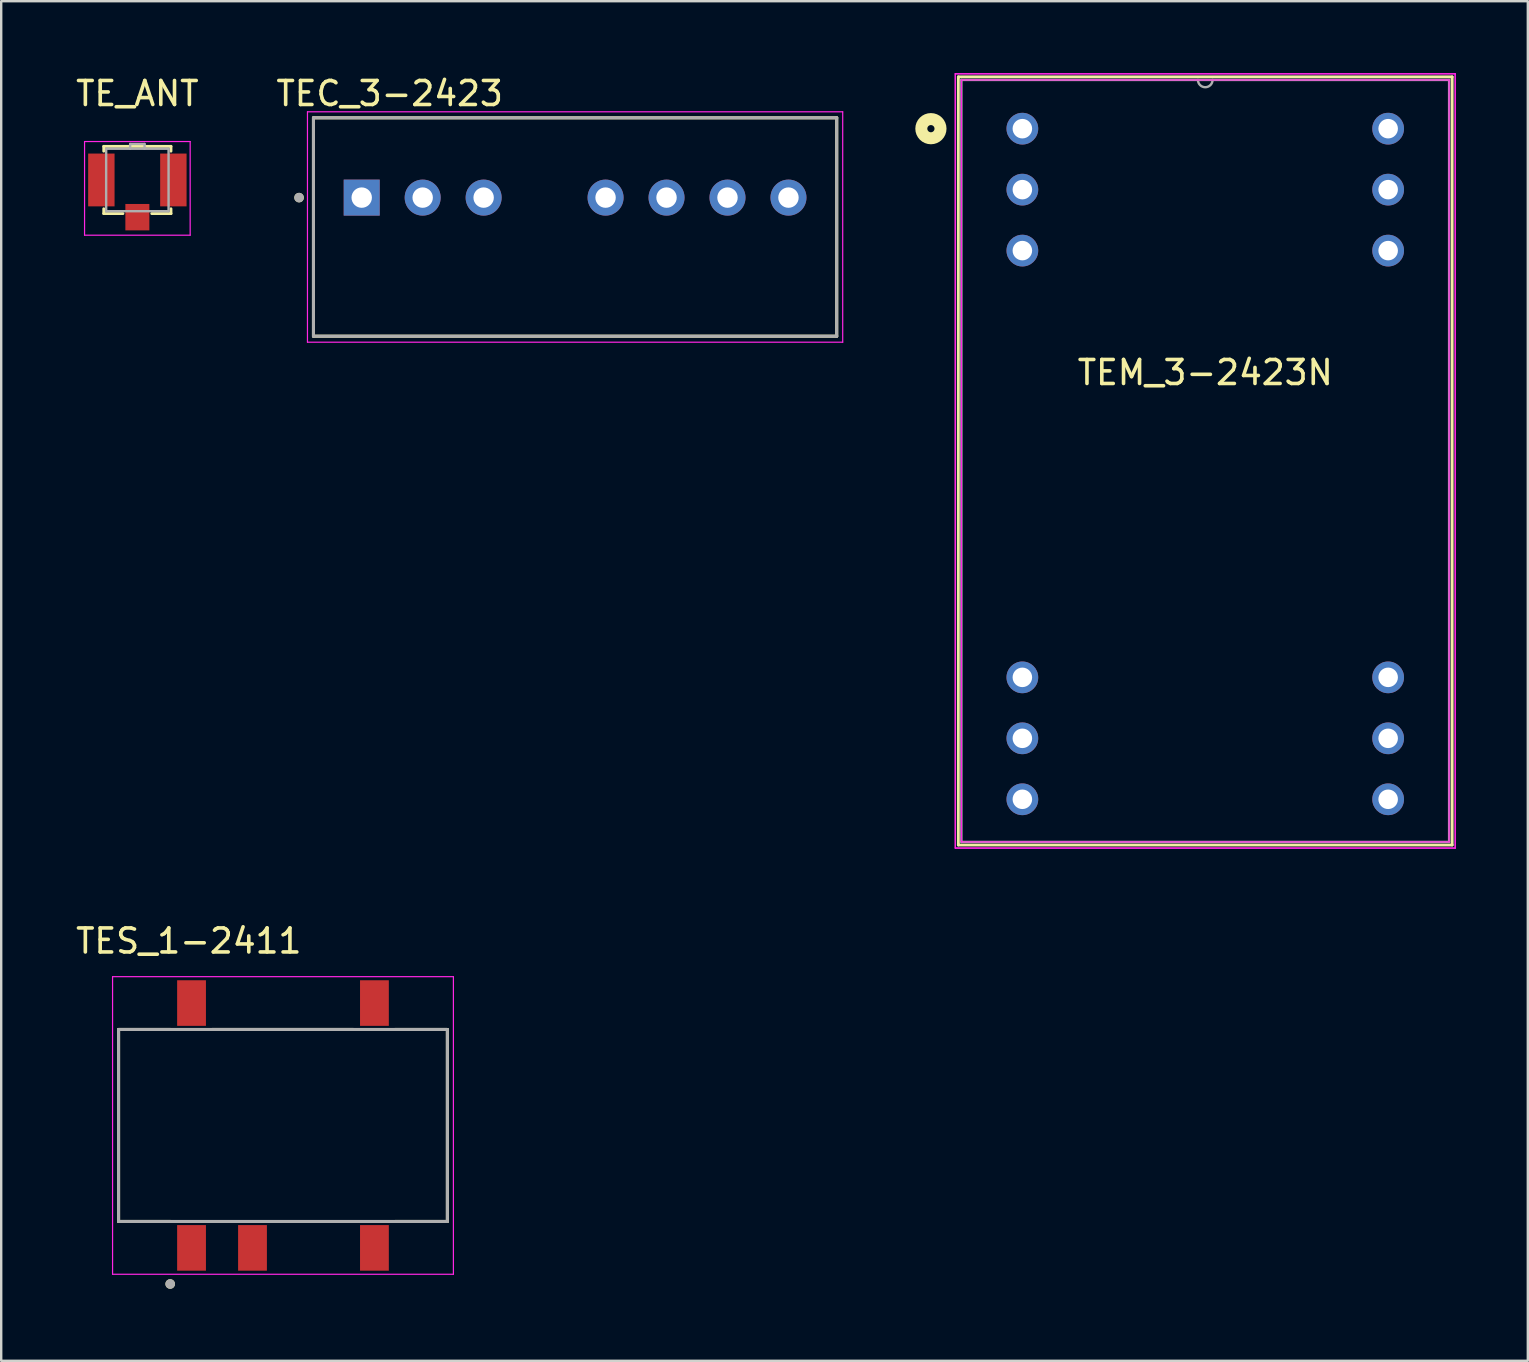
<source format=kicad_pcb>
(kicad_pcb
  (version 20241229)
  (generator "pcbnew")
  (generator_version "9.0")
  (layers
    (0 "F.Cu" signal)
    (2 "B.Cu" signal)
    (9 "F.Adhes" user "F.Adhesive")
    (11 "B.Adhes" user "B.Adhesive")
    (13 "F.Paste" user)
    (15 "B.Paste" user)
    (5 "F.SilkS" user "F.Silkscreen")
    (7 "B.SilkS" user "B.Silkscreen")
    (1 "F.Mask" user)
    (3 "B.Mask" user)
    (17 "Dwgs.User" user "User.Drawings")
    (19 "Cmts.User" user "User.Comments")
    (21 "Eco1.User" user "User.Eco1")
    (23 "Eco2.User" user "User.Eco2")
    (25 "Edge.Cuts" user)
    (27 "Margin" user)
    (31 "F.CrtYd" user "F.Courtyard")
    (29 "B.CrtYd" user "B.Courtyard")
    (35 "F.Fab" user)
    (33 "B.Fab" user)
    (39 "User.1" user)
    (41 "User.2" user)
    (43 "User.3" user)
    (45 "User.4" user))
  (footprint "TE_ANT"
    (layer "F.Cu")
    (at 2.673 4.448)
    (property "Reference" "TE_ANT" (at 0 -3.6 0) (layer "F.SilkS") (effects (font (size 1 1) (thickness 0.15))))
    (attr through_hole)
    (fp_line (start -1.4 -1.4) (end -1.4 -1.2) (stroke (width 0.12) (type solid)) (layer "F.SilkS"))
    (fp_line (start -1.4 -1.4) (end 1.4 -1.4) (stroke (width 0.12) (type solid)) (layer "F.SilkS"))
    (fp_line (start -1.4 1.2) (end -1.4 1.4) (stroke (width 0.12) (type solid)) (layer "F.SilkS"))
    (fp_line (start -1.4 1.4) (end -0.6 1.4) (stroke (width 0.12) (type solid)) (layer "F.SilkS"))
    (fp_line (start 0.6 1.4) (end 1.4 1.4) (stroke (width 0.12) (type solid)) (layer "F.SilkS"))
    (fp_line (start 1.4 -1.4) (end 1.4 -1.2) (stroke (width 0.12) (type solid)) (layer "F.SilkS"))
    (fp_line (start 1.4 1.4) (end 1.4 1.2) (stroke (width 0.12) (type solid)) (layer "F.SilkS"))
    (fp_line (start -2.2 -1.6) (end -2.2 2.3) (stroke (width 0.05) (type solid)) (layer "F.CrtYd"))
    (fp_line (start -2.2 2.3) (end 2.2 2.3) (stroke (width 0.05) (type solid)) (layer "F.CrtYd"))
    (fp_line (start 2.2 -1.6) (end -2.2 -1.6) (stroke (width 0.05) (type solid)) (layer "F.CrtYd"))
    (fp_line (start 2.2 2.3) (end 2.2 -1.6) (stroke (width 0.05) (type solid)) (layer "F.CrtYd"))
    (fp_line (start -1.3 -1.3) (end 1.3 -1.3) (stroke (width 0.1) (type solid)) (layer "F.Fab"))
    (fp_line (start -1.3 1.3) (end -1.3 -1.3) (stroke (width 0.1) (type solid)) (layer "F.Fab"))
    (fp_line (start -0.3 -1.5) (end 0.3 -1.5) (stroke (width 0.1) (type solid)) (layer "F.Fab"))
    (fp_line (start -0.3 -1.3) (end -0.3 -1.5) (stroke (width 0.1) (type solid)) (layer "F.Fab"))
    (fp_line (start 0.3 -1.5) (end 0.3 -1.3) (stroke (width 0.1) (type solid)) (layer "F.Fab"))
    (fp_line (start 1.3 -1.3) (end 1.3 1.3) (stroke (width 0.1) (type solid)) (layer "F.Fab"))
    (fp_line (start 1.3 1.3) (end -1.3 1.3) (stroke (width 0.1) (type solid)) (layer "F.Fab"))
    (pad "1" smd rect (at 0 1.55) (size 1 1.1) (layers "F.Cu" "F.Mask" "F.Paste"))
    (pad "2" smd rect (at -1.5 0) (size 1.1 2.2) (layers "F.Cu" "F.Mask" "F.Paste"))
    (pad "3" smd rect (at 1.5 0) (size 1.1 2.2) (layers "F.Cu" "F.Mask" "F.Paste")))
  (footprint "TEM_3-2423N"
    (layer "F.Cu")
    (at 39.545 2.311)
    (property "Reference" "TEM_3-2423N" (at 7.62 10.16 0) (layer "F.SilkS") (effects (font (size 1 1) (thickness 0.15))))
    (attr through_hole)
    (fp_line (start -2.667 -2.159) (end -2.667 29.845) (stroke (width 0.12) (type solid)) (layer "F.SilkS"))
    (fp_line (start -2.667 29.845) (end 17.907 29.845) (stroke (width 0.12) (type solid)) (layer "F.SilkS"))
    (fp_line (start 17.907 -2.159) (end -2.667 -2.159) (stroke (width 0.12) (type solid)) (layer "F.SilkS"))
    (fp_line (start 17.907 29.845) (end 17.907 -2.159) (stroke (width 0.12) (type solid)) (layer "F.SilkS"))
    (fp_circle (center -3.81 0) (end -3.41 0) (stroke (width 0.5) (type solid)) (fill no) (layer "F.SilkS"))
    (fp_line (start -2.794 -2.286) (end 18.034 -2.286) (stroke (width 0.05) (type solid)) (layer "F.CrtYd"))
    (fp_line (start -2.794 -2.286) (end 18.034 -2.286) (stroke (width 0.05) (type solid)) (layer "F.CrtYd"))
    (fp_line (start -2.794 29.972) (end -2.794 -2.286) (stroke (width 0.05) (type solid)) (layer "F.CrtYd"))
    (fp_line (start -2.794 29.972) (end -2.794 -2.286) (stroke (width 0.05) (type solid)) (layer "F.CrtYd"))
    (fp_line (start -2.54 -2.032) (end 17.78 -2.032) (stroke (width 0.05) (type solid)) (layer "F.CrtYd"))
    (fp_line (start -2.54 29.718) (end -2.54 -2.032) (stroke (width 0.05) (type solid)) (layer "F.CrtYd"))
    (fp_line (start 17.78 -2.032) (end 17.78 29.718) (stroke (width 0.05) (type solid)) (layer "F.CrtYd"))
    (fp_line (start 17.78 29.718) (end -2.54 29.718) (stroke (width 0.05) (type solid)) (layer "F.CrtYd"))
    (fp_line (start 18.034 -2.286) (end 18.034 29.972) (stroke (width 0.05) (type solid)) (layer "F.CrtYd"))
    (fp_line (start 18.034 -2.286) (end 18.034 29.972) (stroke (width 0.05) (type solid)) (layer "F.CrtYd"))
    (fp_line (start 18.034 29.972) (end -2.794 29.972) (stroke (width 0.05) (type solid)) (layer "F.CrtYd"))
    (fp_line (start 18.034 29.972) (end -2.794 29.972) (stroke (width 0.05) (type solid)) (layer "F.CrtYd"))
    (fp_line (start -2.54 -2.032) (end -2.54 29.718) (stroke (width 0.1) (type solid)) (layer "F.Fab"))
    (fp_line (start -2.54 29.718) (end 17.78 29.718) (stroke (width 0.1) (type solid)) (layer "F.Fab"))
    (fp_line (start 17.78 -2.032) (end -2.54 -2.032) (stroke (width 0.1) (type solid)) (layer "F.Fab"))
    (fp_line (start 17.78 29.718) (end 17.78 -2.032) (stroke (width 0.1) (type solid)) (layer "F.Fab"))
    (fp_arc (start 7.9248 -2.032) (mid 7.62 -1.7272) (end 7.3152 -2.032) (stroke (width 0.1) (type solid)) (layer "F.Fab"))
    (pad "1" thru_hole circle (at 0 0) (size 1.321 1.321) (drill 0.813) (layers "*.Cu" "*.Mask"))
    (pad "2" thru_hole circle (at 0 2.54) (size 1.321 1.321) (drill 0.813) (layers "*.Cu" "*.Mask"))
    (pad "3" thru_hole circle (at 0 5.08) (size 1.321 1.321) (drill 0.813) (layers "*.Cu" "*.Mask"))
    (pad "10" thru_hole circle (at 0 22.86) (size 1.321 1.321) (drill 0.813) (layers "*.Cu" "*.Mask"))
    (pad "11" thru_hole circle (at 0 25.4) (size 1.321 1.321) (drill 0.813) (layers "*.Cu" "*.Mask"))
    (pad "12" thru_hole circle (at 0 27.94) (size 1.321 1.321) (drill 0.813) (layers "*.Cu" "*.Mask"))
    (pad "13" thru_hole circle (at 15.24 27.94) (size 1.321 1.321) (drill 0.813) (layers "*.Cu" "*.Mask"))
    (pad "14" thru_hole circle (at 15.24 25.4) (size 1.321 1.321) (drill 0.813) (layers "*.Cu" "*.Mask"))
    (pad "15" thru_hole circle (at 15.24 22.86) (size 1.321 1.321) (drill 0.813) (layers "*.Cu" "*.Mask"))
    (pad "22" thru_hole circle (at 15.24 5.08) (size 1.321 1.321) (drill 0.813) (layers "*.Cu" "*.Mask"))
    (pad "23" thru_hole circle (at 15.24 2.54) (size 1.321 1.321) (drill 0.813) (layers "*.Cu" "*.Mask"))
    (pad "24" thru_hole circle (at 15.24 0) (size 1.321 1.321) (drill 0.813) (layers "*.Cu" "*.Mask")))
  (footprint "TES_1-2411"
    (layer "F.Cu")
    (at 8.74 43.841)
    (property "Reference" "TES_1-2411" (at -3.925 -7.685 0) (layer "F.SilkS") (effects (font (size 1 1) (thickness 0.15))))
    (attr through_hole)
    (fp_line (start -6.85 -4) (end -4.67 -4) (stroke (width 0.127) (type solid)) (layer "F.SilkS"))
    (fp_line (start -6.85 4) (end -6.85 -4) (stroke (width 0.127) (type solid)) (layer "F.SilkS"))
    (fp_line (start -4.67 4) (end -6.85 4) (stroke (width 0.127) (type solid)) (layer "F.SilkS"))
    (fp_line (start -2.95 -4) (end 2.95 -4) (stroke (width 0.127) (type solid)) (layer "F.SilkS"))
    (fp_line (start 4.67 -4) (end 6.85 -4) (stroke (width 0.127) (type solid)) (layer "F.SilkS"))
    (fp_line (start 6.85 -4) (end 6.85 4) (stroke (width 0.127) (type solid)) (layer "F.SilkS"))
    (fp_line (start 6.85 4) (end 4.67 4) (stroke (width 0.127) (type solid)) (layer "F.SilkS"))
    (fp_circle (center -4.699 6.604) (end -4.599 6.604) (stroke (width 0.2) (type solid)) (fill no) (layer "F.SilkS"))
    (fp_line (start -7.1 -6.2) (end -7.1 6.2) (stroke (width 0.05) (type solid)) (layer "F.CrtYd"))
    (fp_line (start -7.1 6.2) (end 7.1 6.2) (stroke (width 0.05) (type solid)) (layer "F.CrtYd"))
    (fp_line (start 7.1 -6.2) (end -7.1 -6.2) (stroke (width 0.05) (type solid)) (layer "F.CrtYd"))
    (fp_line (start 7.1 6.2) (end 7.1 -6.2) (stroke (width 0.05) (type solid)) (layer "F.CrtYd"))
    (fp_line (start -6.85 -4) (end 6.85 -4) (stroke (width 0.127) (type solid)) (layer "F.Fab"))
    (fp_line (start -6.85 4) (end -6.85 -4) (stroke (width 0.127) (type solid)) (layer "F.Fab"))
    (fp_line (start 6.85 -4) (end 6.85 4) (stroke (width 0.127) (type solid)) (layer "F.Fab"))
    (fp_line (start 6.85 4) (end -6.85 4) (stroke (width 0.127) (type solid)) (layer "F.Fab"))
    (fp_circle (center -4.699 6.604) (end -4.599 6.604) (stroke (width 0.2) (type solid)) (fill no) (layer "F.Fab"))
    (pad "1" smd rect (at -3.81 5.1) (size 1.2 1.9) (layers "F.Cu" "F.Mask" "F.Paste"))
    (pad "2" smd rect (at -1.27 5.1) (size 1.2 1.9) (layers "F.Cu" "F.Mask" "F.Paste"))
    (pad "4" smd rect (at 3.81 5.1) (size 1.2 1.9) (layers "F.Cu" "F.Mask" "F.Paste"))
    (pad "5" smd rect (at 3.81 -5.1) (size 1.2 1.9) (layers "F.Cu" "F.Mask" "F.Paste"))
    (pad "8" smd rect (at -3.81 -5.1) (size 1.2 1.9) (layers "F.Cu" "F.Mask" "F.Paste")))
  (footprint "TEC_3-2423"
    (layer "F.Cu")
    (at 20.91 5.183)
    (property "Reference" "TEC_3-2423" (at -7.725 -4.335 0) (layer "F.SilkS") (effects (font (size 1 1) (thickness 0.15))))
    (attr through_hole)
    (fp_line (start -10.9 -3.325) (end 10.9 -3.325) (stroke (width 0.127) (type solid)) (layer "F.SilkS"))
    (fp_line (start -10.9 5.775) (end -10.9 -3.325) (stroke (width 0.127) (type solid)) (layer "F.SilkS"))
    (fp_line (start 10.9 -3.325) (end 10.9 5.775) (stroke (width 0.127) (type solid)) (layer "F.SilkS"))
    (fp_line (start 10.9 5.775) (end -10.9 5.775) (stroke (width 0.127) (type solid)) (layer "F.SilkS"))
    (fp_circle (center -11.5 0) (end -11.4 0) (stroke (width 0.2) (type solid)) (fill no) (layer "F.SilkS"))
    (fp_line (start -11.15 -3.575) (end -11.15 6.025) (stroke (width 0.05) (type solid)) (layer "F.CrtYd"))
    (fp_line (start -11.15 6.025) (end 11.15 6.025) (stroke (width 0.05) (type solid)) (layer "F.CrtYd"))
    (fp_line (start 11.15 -3.575) (end -11.15 -3.575) (stroke (width 0.05) (type solid)) (layer "F.CrtYd"))
    (fp_line (start 11.15 6.025) (end 11.15 -3.575) (stroke (width 0.05) (type solid)) (layer "F.CrtYd"))
    (fp_line (start -10.9 -3.325) (end 10.9 -3.325) (stroke (width 0.127) (type solid)) (layer "F.Fab"))
    (fp_line (start -10.9 5.775) (end -10.9 -3.325) (stroke (width 0.127) (type solid)) (layer "F.Fab"))
    (fp_line (start 10.9 -3.325) (end 10.9 5.775) (stroke (width 0.127) (type solid)) (layer "F.Fab"))
    (fp_line (start 10.9 5.775) (end -10.9 5.775) (stroke (width 0.127) (type solid)) (layer "F.Fab"))
    (fp_circle (center -11.5 0) (end -11.4 0) (stroke (width 0.2) (type solid)) (fill no) (layer "F.Fab"))
    (pad "1" thru_hole rect (at -8.89 0) (size 1.5 1.5) (drill 0.85) (layers "*.Cu" "*.Mask"))
    (pad "2" thru_hole circle (at -6.35 0) (size 1.5 1.5) (drill 0.85) (layers "*.Cu" "*.Mask"))
    (pad "3" thru_hole circle (at -3.81 0) (size 1.5 1.5) (drill 0.85) (layers "*.Cu" "*.Mask"))
    (pad "5" thru_hole circle (at 1.27 0) (size 1.5 1.5) (drill 0.85) (layers "*.Cu" "*.Mask"))
    (pad "6" thru_hole circle (at 3.81 0) (size 1.5 1.5) (drill 0.85) (layers "*.Cu" "*.Mask"))
    (pad "7" thru_hole circle (at 6.35 0) (size 1.5 1.5) (drill 0.85) (layers "*.Cu" "*.Mask"))
    (pad "8" thru_hole circle (at 8.89 0) (size 1.5 1.5) (drill 0.85) (layers "*.Cu" "*.Mask")))
  (gr_rect
    (start -3 -3)
    (end 60.604 53.645)
    (stroke (width 0.1) (type default))
    (fill no)
    (layer "Edge.Cuts")))
</source>
